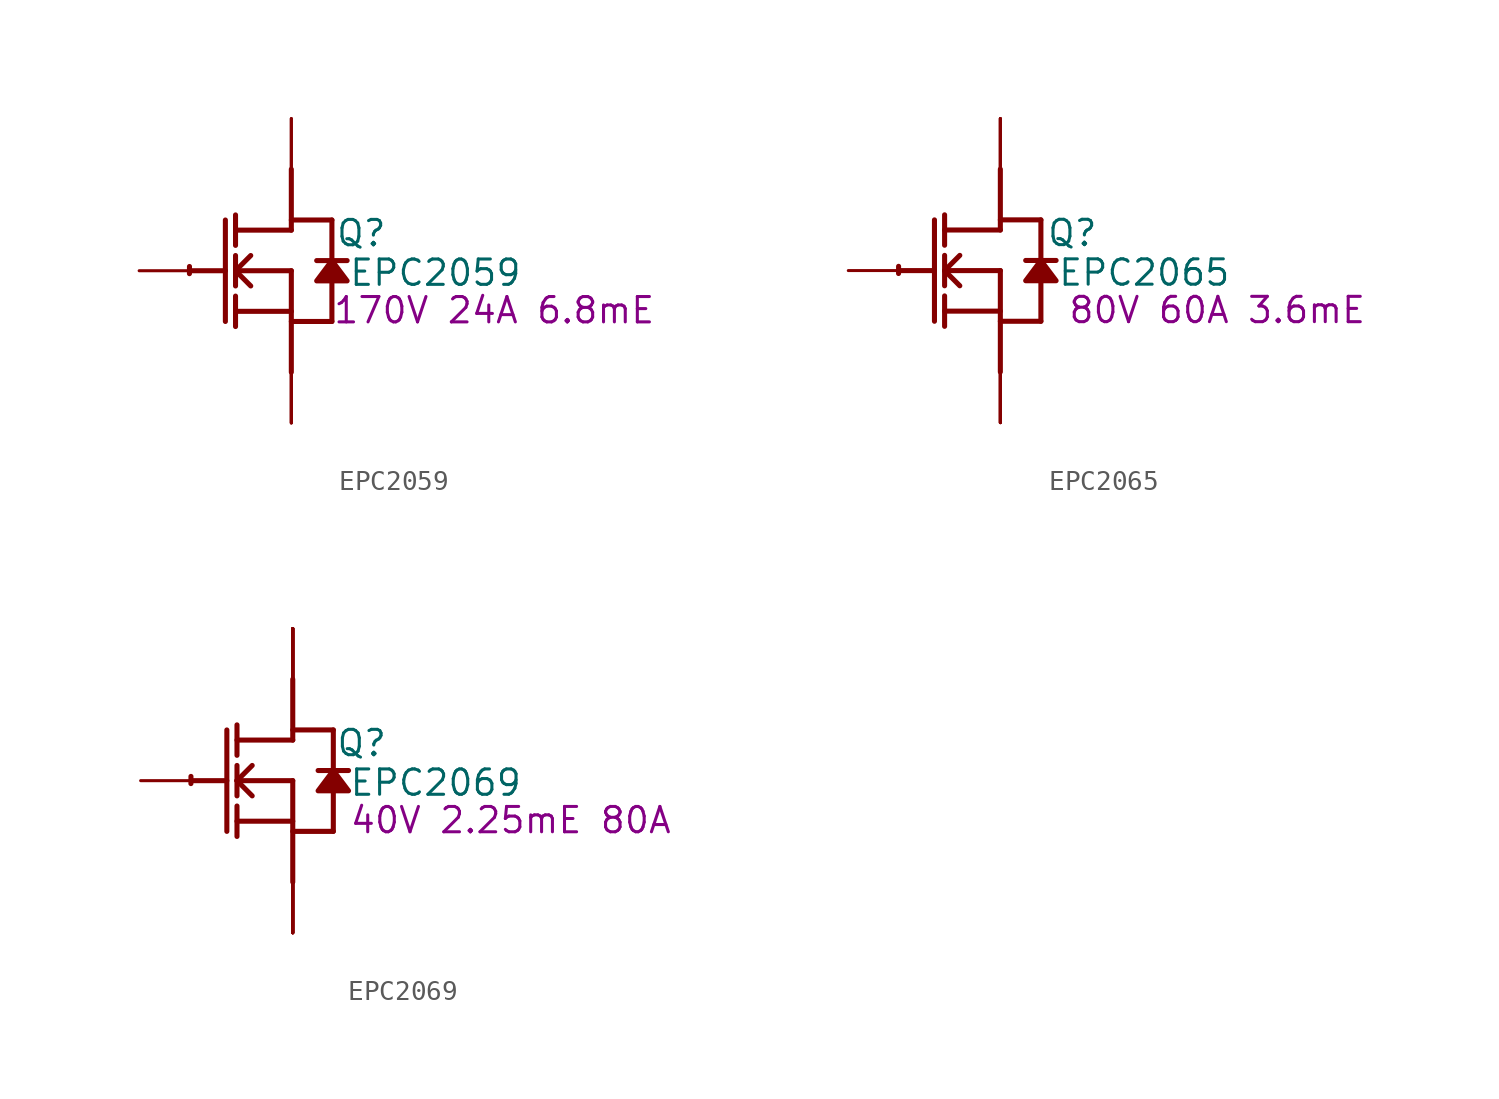
<source format=kicad_sym>
(kicad_symbol_lib
  (version 20220914)
  (generator kicad_symbol_editor)
  (symbol "EPC2059"
    (property "Reference" "Q"
      (at 3.505 1.88 0)
      (effects (font (size 1.27 1.27))))
    (property "Value" "EPC2059"
      (at 7.214 -0.102 0)
      (effects (font (size 1.27 1.27))))
    (property "Description" "170V 24A 6.8mE"
      (at 10.16 -1.981 0)
      (effects (font (size 1.27 1.27))))
    (symbol "EPC2059_1_0"
      (arc (start -5.0996 0.2128) (mid -5.1039 0.0331) (end -5.1019 -0.1467) (stroke (width 0.254) (type solid)) (fill (type none)))
      (polyline (pts (xy -5.08 0) (xy -3.302 0)) (stroke (width 0.254) (type solid)) (fill (type none)))
      (polyline (pts (xy -3.302 2.54) (xy -3.302 -2.54)) (stroke (width 0.254) (type solid)) (fill (type none)))
      (polyline (pts (xy -2.794 -2.794) (xy -2.794 -1.27)) (stroke (width 0.254) (type solid)) (fill (type none)))
      (polyline (pts (xy -2.794 -2.032) (xy 0 -2.032)) (stroke (width 0.254) (type solid)) (fill (type none)))
      (polyline (pts (xy -2.794 -0.762) (xy -2.794 0.762)) (stroke (width 0.254) (type solid)) (fill (type none)))
      (polyline (pts (xy -2.794 0) (xy -2.032 0.762)) (stroke (width 0.254) (type solid)) (fill (type none)))
      (polyline (pts (xy -2.794 0) (xy 0 0)) (stroke (width 0.254) (type solid)) (fill (type none)))
      (polyline (pts (xy -2.794 1.27) (xy -2.794 2.794)) (stroke (width 0.254) (type solid)) (fill (type none)))
      (polyline (pts (xy -2.032 -0.762) (xy -2.794 0)) (stroke (width 0.254) (type solid)) (fill (type none)))
      (polyline (pts (xy 0 -2.54) (xy 2.032 -2.54)) (stroke (width 0.254) (type solid)) (fill (type none)))
      (polyline (pts (xy 0 0) (xy 0 -5.08)) (stroke (width 0.254) (type solid)) (fill (type none)))
      (polyline (pts (xy 0 2.032) (xy -2.794 2.032)) (stroke (width 0.254) (type solid)) (fill (type none)))
      (polyline (pts (xy 0 2.032) (xy 0 5.08)) (stroke (width 0.254) (type solid)) (fill (type none)))
      (polyline (pts (xy 0 2.54) (xy 2.032 2.54)) (stroke (width 0.254) (type solid)) (fill (type none)))
      (polyline (pts (xy 2.032 -0.508) (xy 2.032 -2.54)) (stroke (width 0.254) (type solid)) (fill (type none)))
      (polyline (pts (xy 2.032 2.54) (xy 2.032 0.508)) (stroke (width 0.254) (type solid)) (fill (type none)))
      (polyline (pts (xy 2.794 0.508) (xy 1.27 0.508)) (stroke (width 0.254) (type solid)) (fill (type none)))
      (polyline (pts (xy 2.032 0.508) (xy 1.27 -0.508) (xy 2.794 -0.508) (xy 2.032 0.508)) (stroke (width 0.254) (type solid)) (fill (type outline)))
      (pin passive line (at -7.62 0 0) (length 2.54) (name "G" (effects (font (size 0 0)))) (number "1" (effects (font (size 0 0)))))
      (pin passive line (at 0 -7.62 90) (length 2.54) (name "S" (effects (font (size 0 0)))) (number "2" (effects (font (size 0 0)))))
      (pin passive line (at 0 7.62 270) (length 2.54) (name "D" (effects (font (size 0 0)))) (number "3" (effects (font (size 0 0)))))
      (pin passive line (at 0 -7.62 90) (length 2.54) (name "S" (effects (font (size 0 0)))) (number "4" (effects (font (size 0 0)))))
      (pin passive line (at 0 7.62 270) (length 2.54) (name "D" (effects (font (size 0 0)))) (number "5" (effects (font (size 0 0)))))
      (pin passive line (at 0 -7.62 90) (length 2.54) (name "S" (effects (font (size 0 0)))) (number "6" (effects (font (size 0 0)))))))
  (symbol "EPC2065"
    (property "Reference" "Q"
      (at 3.607 1.88 0)
      (effects (font (size 1.27 1.27))))
    (property "Value" "EPC2065"
      (at 7.214 -0.102 0)
      (effects (font (size 1.27 1.27))))
    (property "Description" "80V 60A 3.6mE"
      (at 10.871 -1.981 0)
      (effects (font (size 1.27 1.27))))
    (symbol "EPC2065_1_0"
      (arc (start -5.0996 0.2128) (mid -5.1039 0.0331) (end -5.1019 -0.1467) (stroke (width 0.254) (type solid)) (fill (type none)))
      (polyline (pts (xy -5.08 0) (xy -3.302 0)) (stroke (width 0.254) (type solid)) (fill (type none)))
      (polyline (pts (xy -3.302 2.54) (xy -3.302 -2.54)) (stroke (width 0.254) (type solid)) (fill (type none)))
      (polyline (pts (xy -2.794 -2.794) (xy -2.794 -1.27)) (stroke (width 0.254) (type solid)) (fill (type none)))
      (polyline (pts (xy -2.794 -2.032) (xy 0 -2.032)) (stroke (width 0.254) (type solid)) (fill (type none)))
      (polyline (pts (xy -2.794 -0.762) (xy -2.794 0.762)) (stroke (width 0.254) (type solid)) (fill (type none)))
      (polyline (pts (xy -2.794 0) (xy -2.032 0.762)) (stroke (width 0.254) (type solid)) (fill (type none)))
      (polyline (pts (xy -2.794 0) (xy 0 0)) (stroke (width 0.254) (type solid)) (fill (type none)))
      (polyline (pts (xy -2.794 1.27) (xy -2.794 2.794)) (stroke (width 0.254) (type solid)) (fill (type none)))
      (polyline (pts (xy -2.032 -0.762) (xy -2.794 0)) (stroke (width 0.254) (type solid)) (fill (type none)))
      (polyline (pts (xy 0 -2.54) (xy 2.032 -2.54)) (stroke (width 0.254) (type solid)) (fill (type none)))
      (polyline (pts (xy 0 0) (xy 0 -5.08)) (stroke (width 0.254) (type solid)) (fill (type none)))
      (polyline (pts (xy 0 2.032) (xy -2.794 2.032)) (stroke (width 0.254) (type solid)) (fill (type none)))
      (polyline (pts (xy 0 2.032) (xy 0 5.08)) (stroke (width 0.254) (type solid)) (fill (type none)))
      (polyline (pts (xy 0 2.54) (xy 2.032 2.54)) (stroke (width 0.254) (type solid)) (fill (type none)))
      (polyline (pts (xy 2.032 -0.508) (xy 2.032 -2.54)) (stroke (width 0.254) (type solid)) (fill (type none)))
      (polyline (pts (xy 2.032 2.54) (xy 2.032 0.508)) (stroke (width 0.254) (type solid)) (fill (type none)))
      (polyline (pts (xy 2.794 0.508) (xy 1.27 0.508)) (stroke (width 0.254) (type solid)) (fill (type none)))
      (polyline (pts (xy 2.032 0.508) (xy 1.27 -0.508) (xy 2.794 -0.508) (xy 2.032 0.508)) (stroke (width 0.254) (type solid)) (fill (type outline)))
      (pin passive line (at -7.62 0 0) (length 2.54) (name "G" (effects (font (size 0 0)))) (number "1" (effects (font (size 0 0)))))
      (pin passive line (at 0 -7.62 90) (length 2.54) (name "S" (effects (font (size 0 0)))) (number "2" (effects (font (size 0 0)))))
      (pin passive line (at 0 7.62 270) (length 2.54) (name "D" (effects (font (size 0 0)))) (number "3" (effects (font (size 0 0)))))
      (pin passive line (at 0 -7.62 90) (length 2.54) (name "S" (effects (font (size 0 0)))) (number "4" (effects (font (size 0 0)))))
      (pin passive line (at 0 7.62 270) (length 2.54) (name "D" (effects (font (size 0 0)))) (number "5" (effects (font (size 0 0)))))
      (pin passive line (at 0 -7.62 90) (length 2.54) (name "S" (effects (font (size 0 0)))) (number "6" (effects (font (size 0 0)))))
      (pin passive line (at 0 7.62 270) (length 2.54) (name "D" (effects (font (size 0 0)))) (number "7" (effects (font (size 0 0)))))
      (pin passive line (at 0 -7.62 90) (length 2.54) (name "S" (effects (font (size 0 0)))) (number "8" (effects (font (size 0 0)))))))
  (symbol "EPC2069"
    (property "Reference" "Q"
      (at 3.454 1.88 0)
      (effects (font (size 1.27 1.27))))
    (property "Value" "EPC2069"
      (at 7.163 -0.102 0)
      (effects (font (size 1.27 1.27))))
    (property "Description" "40V 2.25mE 80A"
      (at 10.922 -1.981 0)
      (effects (font (size 1.27 1.27))))
    (symbol "EPC2069_1_0"
      (arc (start -5.0996 0.2128) (mid -5.1039 0.0331) (end -5.1019 -0.1467) (stroke (width 0.254) (type solid)) (fill (type none)))
      (polyline (pts (xy -5.08 0) (xy -3.302 0)) (stroke (width 0.254) (type solid)) (fill (type none)))
      (polyline (pts (xy -3.302 2.54) (xy -3.302 -2.54)) (stroke (width 0.254) (type solid)) (fill (type none)))
      (polyline (pts (xy -2.794 -2.794) (xy -2.794 -1.27)) (stroke (width 0.254) (type solid)) (fill (type none)))
      (polyline (pts (xy -2.794 -2.032) (xy 0 -2.032)) (stroke (width 0.254) (type solid)) (fill (type none)))
      (polyline (pts (xy -2.794 -0.762) (xy -2.794 0.762)) (stroke (width 0.254) (type solid)) (fill (type none)))
      (polyline (pts (xy -2.794 0) (xy -2.032 0.762)) (stroke (width 0.254) (type solid)) (fill (type none)))
      (polyline (pts (xy -2.794 0) (xy 0 0)) (stroke (width 0.254) (type solid)) (fill (type none)))
      (polyline (pts (xy -2.794 1.27) (xy -2.794 2.794)) (stroke (width 0.254) (type solid)) (fill (type none)))
      (polyline (pts (xy -2.032 -0.762) (xy -2.794 0)) (stroke (width 0.254) (type solid)) (fill (type none)))
      (polyline (pts (xy 0 -2.54) (xy 2.032 -2.54)) (stroke (width 0.254) (type solid)) (fill (type none)))
      (polyline (pts (xy 0 0) (xy 0 -5.08)) (stroke (width 0.254) (type solid)) (fill (type none)))
      (polyline (pts (xy 0 2.032) (xy -2.794 2.032)) (stroke (width 0.254) (type solid)) (fill (type none)))
      (polyline (pts (xy 0 2.032) (xy 0 5.08)) (stroke (width 0.254) (type solid)) (fill (type none)))
      (polyline (pts (xy 0 2.54) (xy 2.032 2.54)) (stroke (width 0.254) (type solid)) (fill (type none)))
      (polyline (pts (xy 2.032 -0.508) (xy 2.032 -2.54)) (stroke (width 0.254) (type solid)) (fill (type none)))
      (polyline (pts (xy 2.032 2.54) (xy 2.032 0.508)) (stroke (width 0.254) (type solid)) (fill (type none)))
      (polyline (pts (xy 2.794 0.508) (xy 1.27 0.508)) (stroke (width 0.254) (type solid)) (fill (type none)))
      (polyline (pts (xy 2.032 0.508) (xy 1.27 -0.508) (xy 2.794 -0.508) (xy 2.032 0.508)) (stroke (width 0.254) (type solid)) (fill (type outline)))
      (pin passive line (at -7.62 0 0) (length 2.54) (name "G" (effects (font (size 0 0)))) (number "1" (effects (font (size 0 0)))))
      (pin open_emitter line (at 0 -7.62 90) (length 2.54) (name "S5" (effects (font (size 0 0)))) (number "10" (effects (font (size 0 0)))))
      (pin open_collector line (at 0 7.62 270) (length 2.54) (name "D5" (effects (font (size 0 0)))) (number "11" (effects (font (size 0 0)))))
      (pin open_collector line (at 0 7.62 270) (length 2.54) (name "D6" (effects (font (size 0 0)))) (number "12" (effects (font (size 0 0)))))
      (pin open_emitter line (at 0 -7.62 90) (length 2.54) (name "S6" (effects (font (size 0 0)))) (number "13" (effects (font (size 0 0)))))
      (pin open_emitter line (at 0 -7.62 90) (length 2.54) (name "S7" (effects (font (size 0 0)))) (number "14" (effects (font (size 0 0)))))
      (pin open_collector line (at 0 7.62 270) (length 2.54) (name "D7" (effects (font (size 0 0)))) (number "15" (effects (font (size 0 0)))))
      (pin open_collector line (at 0 7.62 270) (length 2.54) (name "D8" (effects (font (size 0 0)))) (number "16" (effects (font (size 0 0)))))
      (pin open_emitter line (at 0 -7.62 90) (length 2.54) (name "S1" (effects (font (size 0 0)))) (number "2" (effects (font (size 0 0)))))
      (pin open_collector line (at 0 7.62 270) (length 2.54) (name "D1" (effects (font (size 0 0)))) (number "3" (effects (font (size 0 0)))))
      (pin open_collector line (at 0 7.62 270) (length 2.54) (name "D2" (effects (font (size 0 0)))) (number "4" (effects (font (size 0 0)))))
      (pin open_emitter line (at 0 -7.62 90) (length 2.54) (name "S2" (effects (font (size 0 0)))) (number "5" (effects (font (size 0 0)))))
      (pin open_emitter line (at 0 -7.62 90) (length 2.54) (name "S3" (effects (font (size 0 0)))) (number "6" (effects (font (size 0 0)))))
      (pin open_collector line (at 0 7.62 270) (length 2.54) (name "D3" (effects (font (size 0 0)))) (number "7" (effects (font (size 0 0)))))
      (pin open_collector line (at 0 7.62 270) (length 2.54) (name "D4" (effects (font (size 0 0)))) (number "8" (effects (font (size 0 0)))))
      (pin open_emitter line (at 0 -7.62 90) (length 2.54) (name "S4" (effects (font (size 0 0)))) (number "9" (effects (font (size 0 0))))))))
</source>
